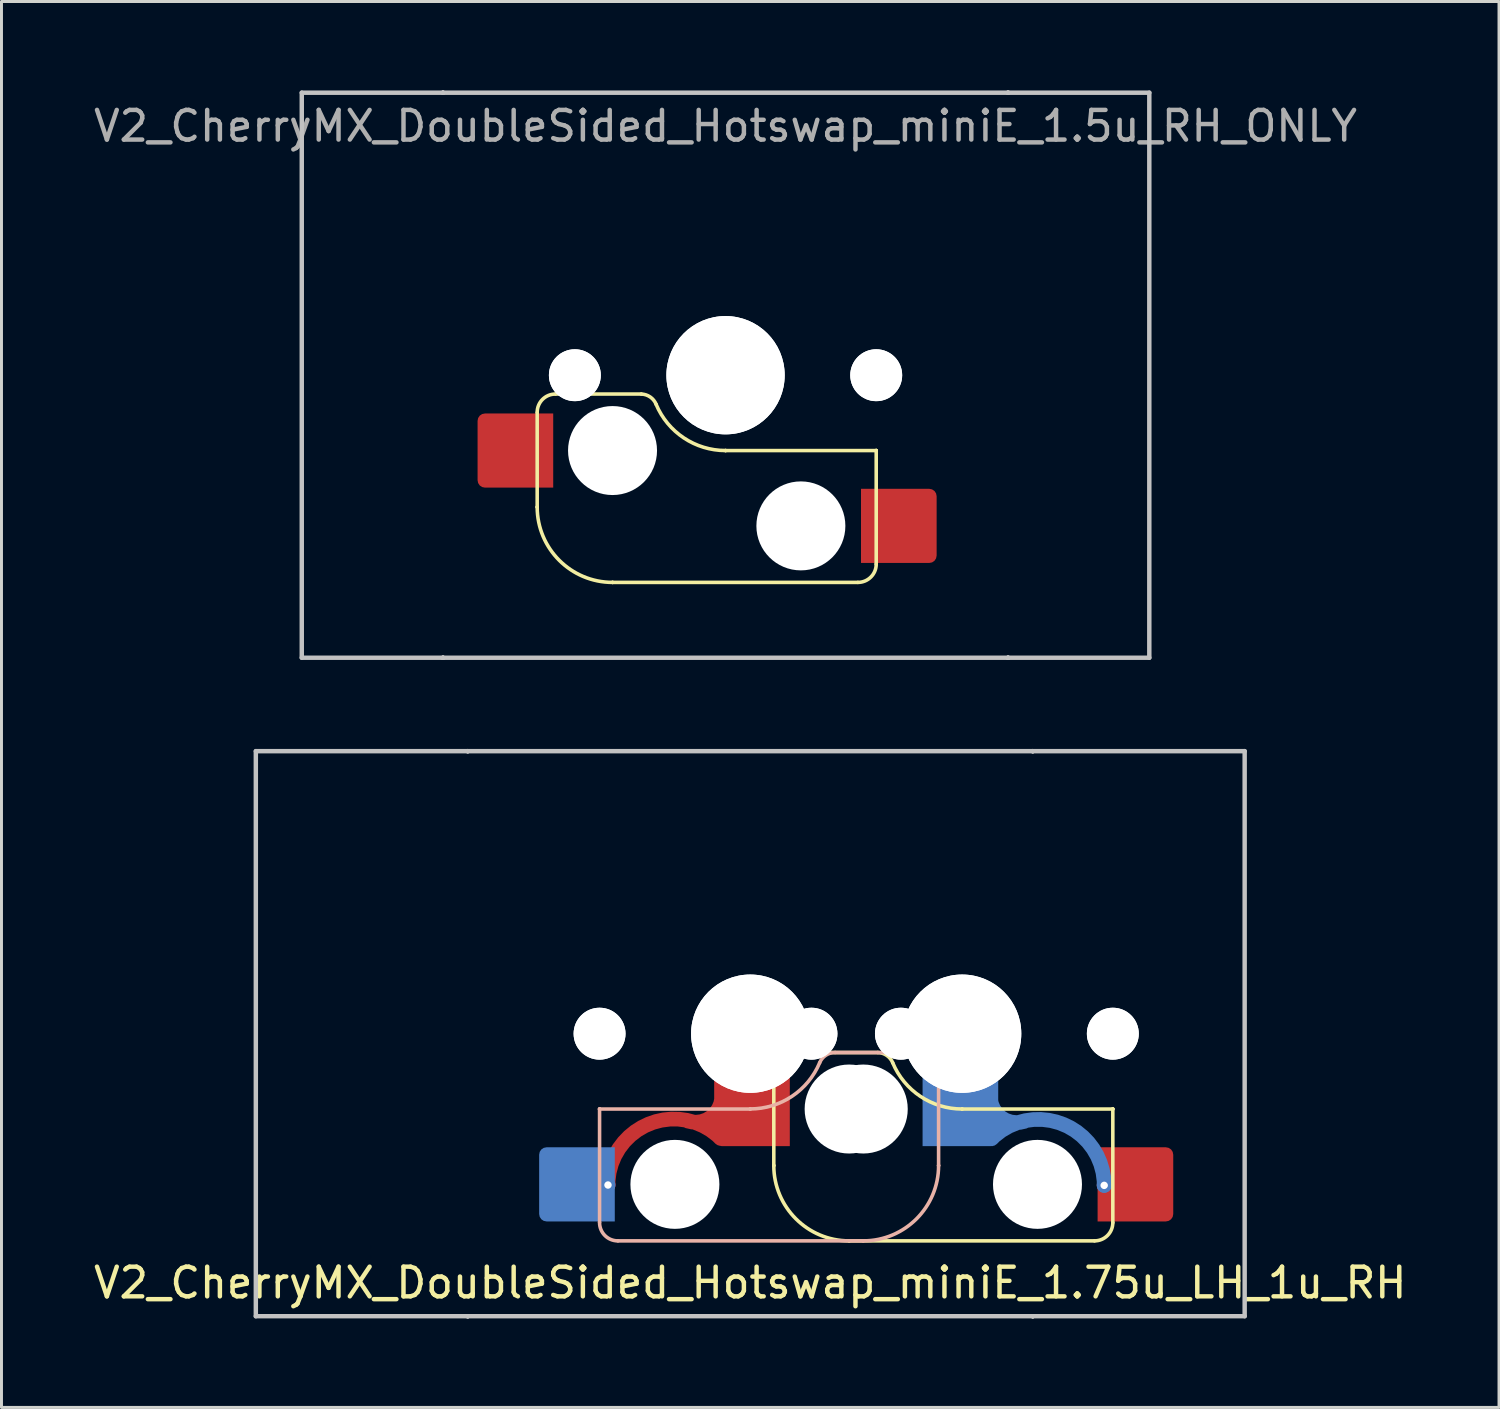
<source format=kicad_pcb>
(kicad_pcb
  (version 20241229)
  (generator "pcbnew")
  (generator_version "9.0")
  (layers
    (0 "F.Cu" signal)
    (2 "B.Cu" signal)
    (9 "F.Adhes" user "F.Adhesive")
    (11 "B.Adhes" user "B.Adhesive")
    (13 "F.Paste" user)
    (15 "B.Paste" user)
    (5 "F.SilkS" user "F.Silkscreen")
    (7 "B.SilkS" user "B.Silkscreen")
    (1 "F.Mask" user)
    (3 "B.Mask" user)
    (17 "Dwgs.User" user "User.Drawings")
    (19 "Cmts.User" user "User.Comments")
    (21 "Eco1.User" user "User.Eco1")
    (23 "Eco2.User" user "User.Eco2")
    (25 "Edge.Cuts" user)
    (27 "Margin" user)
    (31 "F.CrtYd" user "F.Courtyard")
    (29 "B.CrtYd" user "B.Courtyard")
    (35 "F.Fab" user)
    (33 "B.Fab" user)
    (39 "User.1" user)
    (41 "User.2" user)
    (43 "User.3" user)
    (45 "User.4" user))
  (footprint "V2_CherryMX_DoubleSided_Hotswap_miniE_1.75u_LH_1u_RH"
    (layer "F.Cu")
    (at 22.244 31.8)
    (property "Reference" "V2_CherryMX_DoubleSided_Hotswap_miniE_1.75u_LH_1u_RH" (at 0 8.4 0) (layer "F.SilkS") (effects (font (size 1 1) (thickness 0.15))))
    (attr through_hole)
    (fp_line (start 0.794 4.445) (end 0.794 1.26) (stroke (width 0.12) (type solid)) (layer "F.SilkS"))
    (fp_line (start 0.794 4.445) (end 0.794 4.445) (stroke (width 0.12) (type solid)) (layer "F.SilkS"))
    (fp_line (start 1.414 0.635) (end 4.304 0.635) (stroke (width 0.12) (type solid)) (layer "F.SilkS"))
    (fp_line (start 3.334 6.985) (end 3.334 6.985) (stroke (width 0.12) (type solid)) (layer "F.SilkS"))
    (fp_line (start 3.334 6.985) (end 11.604 6.985) (stroke (width 0.12) (type solid)) (layer "F.SilkS"))
    (fp_line (start 7.144 2.54) (end 7.144 2.54) (stroke (width 0.12) (type solid)) (layer "F.SilkS"))
    (fp_line (start 7.144 2.54) (end 12.224 2.54) (stroke (width 0.12) (type solid)) (layer "F.SilkS"))
    (fp_line (start 12.224 2.54) (end 12.224 2.54) (stroke (width 0.12) (type solid)) (layer "F.SilkS"))
    (fp_line (start 12.224 2.54) (end 12.224 2.54) (stroke (width 0.12) (type solid)) (layer "F.SilkS"))
    (fp_line (start 12.224 6.37) (end 12.224 2.54) (stroke (width 0.12) (type solid)) (layer "F.SilkS"))
    (fp_arc (start 0.79375 1.25) (mid 0.973879 0.815129) (end 1.40875 0.635) (stroke (width 0.12) (type default)) (layer "F.SilkS"))
    (fp_arc (start 3.33375 6.985) (mid 1.537699 6.241051) (end 0.79375 4.445) (stroke (width 0.12) (type solid)) (layer "F.SilkS"))
    (fp_arc (start 4.303678 0.635) (mid 4.604614 0.734324) (end 4.80375 0.980845) (stroke (width 0.12) (type default)) (layer "F.SilkS"))
    (fp_arc (start 7.14375 2.54) (mid 5.738437 2.115202) (end 4.80375 0.983072) (stroke (width 0.12) (type solid)) (layer "F.SilkS"))
    (fp_arc (start 12.223879 6.37) (mid 12.04375 6.80487) (end 11.608879 6.985) (stroke (width 0.12) (type default)) (layer "F.SilkS"))
    (fp_line (start -5.08 2.54) (end -5.08 2.54) (stroke (width 0.12) (type solid)) (layer "B.SilkS"))
    (fp_line (start -5.08 2.54) (end -5.08 2.54) (stroke (width 0.12) (type solid)) (layer "B.SilkS"))
    (fp_line (start -5.08 6.36) (end -5.08 2.54) (stroke (width 0.12) (type solid)) (layer "B.SilkS"))
    (fp_line (start -4.46 6.985) (end 3.81 6.985) (stroke (width 0.12) (type solid)) (layer "B.SilkS"))
    (fp_line (start 0 2.54) (end -5.08 2.54) (stroke (width 0.12) (type solid)) (layer "B.SilkS"))
    (fp_line (start 0 2.54) (end 0 2.54) (stroke (width 0.12) (type solid)) (layer "B.SilkS"))
    (fp_line (start 2.86 0.635) (end 5.72 0.635) (stroke (width 0.12) (type solid)) (layer "B.SilkS"))
    (fp_line (start 3.81 6.985) (end 3.81 6.985) (stroke (width 0.12) (type solid)) (layer "B.SilkS"))
    (fp_line (start 6.35 1.25) (end 6.35 4.445) (stroke (width 0.12) (type solid)) (layer "B.SilkS"))
    (fp_line (start 6.35 4.445) (end 6.35 4.445) (stroke (width 0.12) (type solid)) (layer "B.SilkS"))
    (fp_arc (start -4.465 6.985) (mid -4.899871 6.804871) (end -5.08 6.37) (stroke (width 0.12) (type default)) (layer "B.SilkS"))
    (fp_arc (start 2.34 0.98) (mid 1.405313 2.11213) (end 0 2.536928) (stroke (width 0.12) (type solid)) (layer "B.SilkS"))
    (fp_arc (start 2.34 0.98) (mid 2.547381 0.727883) (end 2.859999 0.633863) (stroke (width 0.12) (type default)) (layer "B.SilkS"))
    (fp_arc (start 5.735129 0.635) (mid 6.170006 0.815135) (end 6.350129 1.25) (stroke (width 0.12) (type default)) (layer "B.SilkS"))
    (fp_arc (start 6.35 4.445) (mid 5.606051 6.241051) (end 3.81 6.985) (stroke (width 0.12) (type solid)) (layer "B.SilkS"))
    (fp_line (start -16.669 -9.525) (end 16.669 -9.525) (stroke (width 0.15) (type solid)) (layer "Dwgs.User"))
    (fp_line (start -16.669 9.525) (end -16.669 -9.525) (stroke (width 0.15) (type solid)) (layer "Dwgs.User"))
    (fp_line (start -9.525 -9.525) (end -9.525 -9.525) (stroke (width 0.15) (type solid)) (layer "Dwgs.User"))
    (fp_line (start -9.525 -9.525) (end -9.525 -9.525) (stroke (width 0.15) (type solid)) (layer "Dwgs.User"))
    (fp_line (start -9.525 -9.525) (end -9.525 -9.525) (stroke (width 0.15) (type solid)) (layer "Dwgs.User"))
    (fp_line (start -9.525 -9.525) (end -9.525 -9.525) (stroke (width 0.15) (type solid)) (layer "Dwgs.User"))
    (fp_line (start -9.525 9.525) (end -9.525 9.525) (stroke (width 0.15) (type solid)) (layer "Dwgs.User"))
    (fp_line (start -9.525 9.525) (end -9.525 9.525) (stroke (width 0.15) (type solid)) (layer "Dwgs.User"))
    (fp_line (start -9.525 9.525) (end -9.525 9.525) (stroke (width 0.15) (type solid)) (layer "Dwgs.User"))
    (fp_line (start -9.525 9.525) (end -9.525 9.525) (stroke (width 0.15) (type solid)) (layer "Dwgs.User"))
    (fp_line (start 9.525 -9.525) (end 9.525 -9.525) (stroke (width 0.15) (type solid)) (layer "Dwgs.User"))
    (fp_line (start 9.525 -9.525) (end 9.525 -9.525) (stroke (width 0.15) (type solid)) (layer "Dwgs.User"))
    (fp_line (start 9.525 -9.525) (end 9.525 -9.525) (stroke (width 0.15) (type solid)) (layer "Dwgs.User"))
    (fp_line (start 9.525 -9.525) (end 9.525 -9.525) (stroke (width 0.15) (type solid)) (layer "Dwgs.User"))
    (fp_line (start 9.525 9.525) (end 9.525 9.525) (stroke (width 0.15) (type solid)) (layer "Dwgs.User"))
    (fp_line (start 9.525 9.525) (end 9.525 9.525) (stroke (width 0.15) (type solid)) (layer "Dwgs.User"))
    (fp_line (start 9.525 9.525) (end 9.525 9.525) (stroke (width 0.15) (type solid)) (layer "Dwgs.User"))
    (fp_line (start 9.525 9.525) (end 9.525 9.525) (stroke (width 0.15) (type solid)) (layer "Dwgs.User"))
    (fp_line (start 16.669 -9.525) (end 16.669 9.525) (stroke (width 0.15) (type solid)) (layer "Dwgs.User"))
    (fp_line (start 16.669 9.525) (end -16.669 9.525) (stroke (width 0.15) (type solid)) (layer "Dwgs.User"))
    (fp_line (start -9.525 9.525) (end -9.525 -9.525) (stroke (width 0.15) (type solid)) (layer "User.2"))
    (fp_line (start -2.381 9.525) (end -2.381 -9.525) (stroke (width 0.15) (type solid)) (layer "User.2"))
    (fp_line (start 9.525 -9.525) (end -9.525 -9.525) (stroke (width 0.15) (type solid)) (layer "User.2"))
    (fp_line (start 9.525 9.525) (end -9.525 9.525) (stroke (width 0.15) (type solid)) (layer "User.2"))
    (fp_line (start 9.525 9.525) (end 9.525 -9.525) (stroke (width 0.15) (type solid)) (layer "User.2"))
    (fp_line (start 16.669 -9.525) (end -2.381 -9.525) (stroke (width 0.15) (type solid)) (layer "User.2"))
    (fp_line (start 16.669 9.525) (end -2.381 9.525) (stroke (width 0.15) (type solid)) (layer "User.2"))
    (fp_line (start 16.669 9.525) (end 16.669 -9.525) (stroke (width 0.15) (type solid)) (layer "User.2"))
    (pad "" np_thru_hole circle (at -5.08 0 180) (size 1.75 1.75) (drill 1.75) (layers "*.Cu" "*.Mask"))
    (pad "" np_thru_hole circle (at -5.08 0 180) (size 1.75 1.75) (drill 1.75) (layers "*.Cu" "*.Mask"))
    (pad "" np_thru_hole circle (at -2.54 5.08 180) (size 3 3) (drill 3) (layers "*.Cu" "*.Mask"))
    (pad "" np_thru_hole circle (at 0 0 180) (size 3.988 3.988) (drill 3.988) (layers "*.Cu" "*.Mask"))
    (pad "" np_thru_hole circle (at 0 0 180) (size 3.988 3.988) (drill 3.988) (layers "*.Cu" "*.Mask"))
    (pad "" np_thru_hole circle (at 2.064 0 180) (size 1.75 1.75) (drill 1.75) (layers "*.Cu" "*.Mask"))
    (pad "" np_thru_hole circle (at 2.064 0 180) (size 1.75 1.75) (drill 1.75) (layers "*.Cu" "*.Mask"))
    (pad "" np_thru_hole circle (at 3.334 2.54 180) (size 3 3) (drill 3) (layers "*.Cu" "*.Mask"))
    (pad "" np_thru_hole circle (at 3.81 2.54 180) (size 3 3) (drill 3) (layers "*.Cu" "*.Mask"))
    (pad "" np_thru_hole circle (at 5.08 0 180) (size 1.75 1.75) (drill 1.75) (layers "*.Cu" "*.Mask"))
    (pad "" np_thru_hole circle (at 5.08 0 180) (size 1.75 1.75) (drill 1.75) (layers "*.Cu" "*.Mask"))
    (pad "" np_thru_hole circle (at 7.144 0 180) (size 3.988 3.988) (drill 3.988) (layers "*.Cu" "*.Mask"))
    (pad "" np_thru_hole circle (at 7.144 0 180) (size 3.988 3.988) (drill 3.988) (layers "*.Cu" "*.Mask"))
    (pad "" np_thru_hole circle (at 9.684 5.08 180) (size 3 3) (drill 3) (layers "*.Cu" "*.Mask"))
    (pad "" np_thru_hole circle (at 12.224 0 180) (size 1.75 1.75) (drill 1.75) (layers "*.Cu" "*.Mask"))
    (pad "" np_thru_hole circle (at 12.224 0 180) (size 1.75 1.75) (drill 1.75) (layers "*.Cu" "*.Mask"))
    (pad "5" smd roundrect (at -5.842 5.08 180) (size 2.55 2.5) (layers "B.Cu" "B.Mask" "B.Paste") (roundrect_rratio 0.1) (chamfer_ratio 0) (chamfer top_left bottom_left))
    (pad "5" thru_hole circle (at -4.796 5.102) (size 0.5 0.5) (drill 0.25) (layers "*.Cu" "*.Mask"))
    (pad "5" smd custom (at 0.059 2.54 180) (size 2.5 2.5) (layers "F.Cu" "F.Mask" "F.Paste") (options (anchor circle)) (primitives (gr_poly (pts (xy -1.275 -1.25) (xy 1.025 -1.25) (xy 1.121 -1.231) (xy 1.202 -1.177) (xy 1.256 -1.096) (xy 1.275 -1) (xy 1.275 1) (xy 1.256 1.096) (xy 1.202 1.177) (xy 1.121 1.231) (xy 1.025 1.25) (xy -1.275 1.25)) (width 0) (fill yes)) (gr_arc (start 1.018751 0.45) (mid 1.375441 -0.269452) (end 2.167239 -0.403223) (width 0.5)) (gr_arc (start 4.854306 -2.562172) (mid 3.481774 -0.50803) (end 1.058749 -0.989999) (width 0.5))))
    (pad "6" smd custom (at 7.085 2.54 180) (size 2.5 2.5) (layers "B.Cu" "B.Mask" "B.Paste") (options (anchor circle)) (primitives (gr_poly (pts (xy -1.275 -1) (xy -1.256 -1.096) (xy -1.202 -1.177) (xy -1.121 -1.231) (xy -1.025 -1.25) (xy 1.275 -1.25) (xy 1.275 1.25) (xy -1.025 1.25) (xy -1.121 1.231) (xy -1.202 1.177) (xy -1.256 1.096) (xy -1.275 1)) (width 0) (fill yes)) (gr_arc (start -2.160465 -0.415191) (mid -1.368667 -0.28142) (end -1.011977 0.438031) (width 0.5)) (gr_arc (start -1.051976 -1.001969) (mid -3.475 -0.52) (end -4.847533 -2.574141) (width 0.5))))
    (pad "6" thru_hole circle (at 11.933 5.114) (size 0.5 0.5) (drill 0.25) (layers "*.Cu" "*.Mask"))
    (pad "6" smd roundrect (at 12.986 5.08 180) (size 2.55 2.5) (layers "F.Cu" "F.Mask" "F.Paste") (roundrect_rratio 0.1) (chamfer_ratio 0) (chamfer top_right bottom_right)))
  (footprint "V2_CherryMX_DoubleSided_Hotswap_miniE_1.5u_RH_ONLY"
    (layer "F.Cu")
    (at 21.411 9.6)
    (property "Reference" "V2_CherryMX_DoubleSided_Hotswap_miniE_1.5u_RH_ONLY" (at 0 -8.4 0) (layer "F.Fab") (effects (font (size 1 1) (thickness 0.15))))
    (attr through_hole)
    (fp_line (start -6.35 4.445) (end -6.35 1.26) (stroke (width 0.12) (type solid)) (layer "F.SilkS"))
    (fp_line (start -6.35 4.445) (end -6.35 4.445) (stroke (width 0.12) (type solid)) (layer "F.SilkS"))
    (fp_line (start -5.73 0.635) (end -2.84 0.635) (stroke (width 0.12) (type solid)) (layer "F.SilkS"))
    (fp_line (start -3.81 6.985) (end -3.81 6.985) (stroke (width 0.12) (type solid)) (layer "F.SilkS"))
    (fp_line (start -3.81 6.985) (end 4.46 6.985) (stroke (width 0.12) (type solid)) (layer "F.SilkS"))
    (fp_line (start 0 2.54) (end 0 2.54) (stroke (width 0.12) (type solid)) (layer "F.SilkS"))
    (fp_line (start 0 2.54) (end 5.08 2.54) (stroke (width 0.12) (type solid)) (layer "F.SilkS"))
    (fp_line (start 5.08 2.54) (end 5.08 2.54) (stroke (width 0.12) (type solid)) (layer "F.SilkS"))
    (fp_line (start 5.08 2.54) (end 5.08 2.54) (stroke (width 0.12) (type solid)) (layer "F.SilkS"))
    (fp_line (start 5.08 6.37) (end 5.08 2.54) (stroke (width 0.12) (type solid)) (layer "F.SilkS"))
    (fp_arc (start -6.35 1.25) (mid -6.169871 0.815129) (end -5.735 0.635) (stroke (width 0.12) (type default)) (layer "F.SilkS"))
    (fp_arc (start -3.81 6.985) (mid -5.606051 6.241051) (end -6.35 4.445) (stroke (width 0.12) (type solid)) (layer "F.SilkS"))
    (fp_arc (start -2.840072 0.635) (mid -2.539136 0.734324) (end -2.34 0.980845) (stroke (width 0.12) (type default)) (layer "F.SilkS"))
    (fp_arc (start 0 2.54) (mid -1.405313 2.115202) (end -2.34 0.983072) (stroke (width 0.12) (type solid)) (layer "F.SilkS"))
    (fp_arc (start 5.080129 6.37) (mid 4.9 6.80487) (end 4.465129 6.985) (stroke (width 0.12) (type default)) (layer "F.SilkS"))
    (fp_line (start -14.287 -9.525) (end 14.287 -9.525) (stroke (width 0.15) (type solid)) (layer "Dwgs.User"))
    (fp_line (start -14.287 9.525) (end -14.287 -9.525) (stroke (width 0.15) (type solid)) (layer "Dwgs.User"))
    (fp_line (start -9.525 -9.525) (end -9.525 -9.525) (stroke (width 0.15) (type solid)) (layer "Dwgs.User"))
    (fp_line (start -9.525 -9.525) (end -9.525 -9.525) (stroke (width 0.15) (type solid)) (layer "Dwgs.User"))
    (fp_line (start -9.525 -9.525) (end -9.525 -9.525) (stroke (width 0.15) (type solid)) (layer "Dwgs.User"))
    (fp_line (start -9.525 -9.525) (end -9.525 -9.525) (stroke (width 0.15) (type solid)) (layer "Dwgs.User"))
    (fp_line (start -9.525 9.525) (end -9.525 9.525) (stroke (width 0.15) (type solid)) (layer "Dwgs.User"))
    (fp_line (start -9.525 9.525) (end -9.525 9.525) (stroke (width 0.15) (type solid)) (layer "Dwgs.User"))
    (fp_line (start -9.525 9.525) (end -9.525 9.525) (stroke (width 0.15) (type solid)) (layer "Dwgs.User"))
    (fp_line (start -9.525 9.525) (end -9.525 9.525) (stroke (width 0.15) (type solid)) (layer "Dwgs.User"))
    (fp_line (start 9.525 -9.525) (end 9.525 -9.525) (stroke (width 0.15) (type solid)) (layer "Dwgs.User"))
    (fp_line (start 9.525 -9.525) (end 9.525 -9.525) (stroke (width 0.15) (type solid)) (layer "Dwgs.User"))
    (fp_line (start 9.525 -9.525) (end 9.525 -9.525) (stroke (width 0.15) (type solid)) (layer "Dwgs.User"))
    (fp_line (start 9.525 -9.525) (end 9.525 -9.525) (stroke (width 0.15) (type solid)) (layer "Dwgs.User"))
    (fp_line (start 9.525 9.525) (end 9.525 9.525) (stroke (width 0.15) (type solid)) (layer "Dwgs.User"))
    (fp_line (start 9.525 9.525) (end 9.525 9.525) (stroke (width 0.15) (type solid)) (layer "Dwgs.User"))
    (fp_line (start 9.525 9.525) (end 9.525 9.525) (stroke (width 0.15) (type solid)) (layer "Dwgs.User"))
    (fp_line (start 9.525 9.525) (end 9.525 9.525) (stroke (width 0.15) (type solid)) (layer "Dwgs.User"))
    (fp_line (start 14.287 -9.525) (end 14.287 9.525) (stroke (width 0.15) (type solid)) (layer "Dwgs.User"))
    (fp_line (start 14.287 9.525) (end -14.287 9.525) (stroke (width 0.15) (type solid)) (layer "Dwgs.User"))
    (fp_line (start -9.525 9.525) (end -9.525 -9.525) (stroke (width 0.15) (type solid)) (layer "User.2"))
    (fp_line (start 9.525 -9.525) (end -9.525 -9.525) (stroke (width 0.15) (type solid)) (layer "User.2"))
    (fp_line (start 9.525 9.525) (end -9.525 9.525) (stroke (width 0.15) (type solid)) (layer "User.2"))
    (fp_line (start 9.525 9.525) (end 9.525 -9.525) (stroke (width 0.15) (type solid)) (layer "User.2"))
    (pad "" np_thru_hole circle (at -5.08 0 180) (size 1.75 1.75) (drill 1.75) (layers "*.Cu" "*.Mask"))
    (pad "" np_thru_hole circle (at -5.08 0 180) (size 1.75 1.75) (drill 1.75) (layers "*.Cu" "*.Mask"))
    (pad "" np_thru_hole circle (at -3.81 2.54 180) (size 3 3) (drill 3) (layers "*.Cu" "*.Mask"))
    (pad "" np_thru_hole circle (at 0 0 180) (size 3.988 3.988) (drill 3.988) (layers "*.Cu" "*.Mask"))
    (pad "" np_thru_hole circle (at 0 0 180) (size 3.988 3.988) (drill 3.988) (layers "*.Cu" "*.Mask"))
    (pad "" np_thru_hole circle (at 2.54 5.08 180) (size 3 3) (drill 3) (layers "*.Cu" "*.Mask"))
    (pad "" np_thru_hole circle (at 5.08 0 180) (size 1.75 1.75) (drill 1.75) (layers "*.Cu" "*.Mask"))
    (pad "" np_thru_hole circle (at 5.08 0 180) (size 1.75 1.75) (drill 1.75) (layers "*.Cu" "*.Mask"))
    (pad "5" smd roundrect (at -7.085 2.54 180) (size 2.55 2.5) (layers "F.Cu" "F.Mask" "F.Paste") (roundrect_rratio 0.1) (chamfer_ratio 0) (chamfer top_left bottom_left))
    (pad "6" smd roundrect (at 5.842 5.08 180) (size 2.55 2.5) (layers "F.Cu" "F.Mask" "F.Paste") (roundrect_rratio 0.1) (chamfer_ratio 0) (chamfer top_right bottom_right)))
  (gr_rect
    (start -3 -3)
    (end 47.488 44.4)
    (stroke (width 0.1) (type default))
    (fill no)
    (layer "Edge.Cuts")))
</source>
